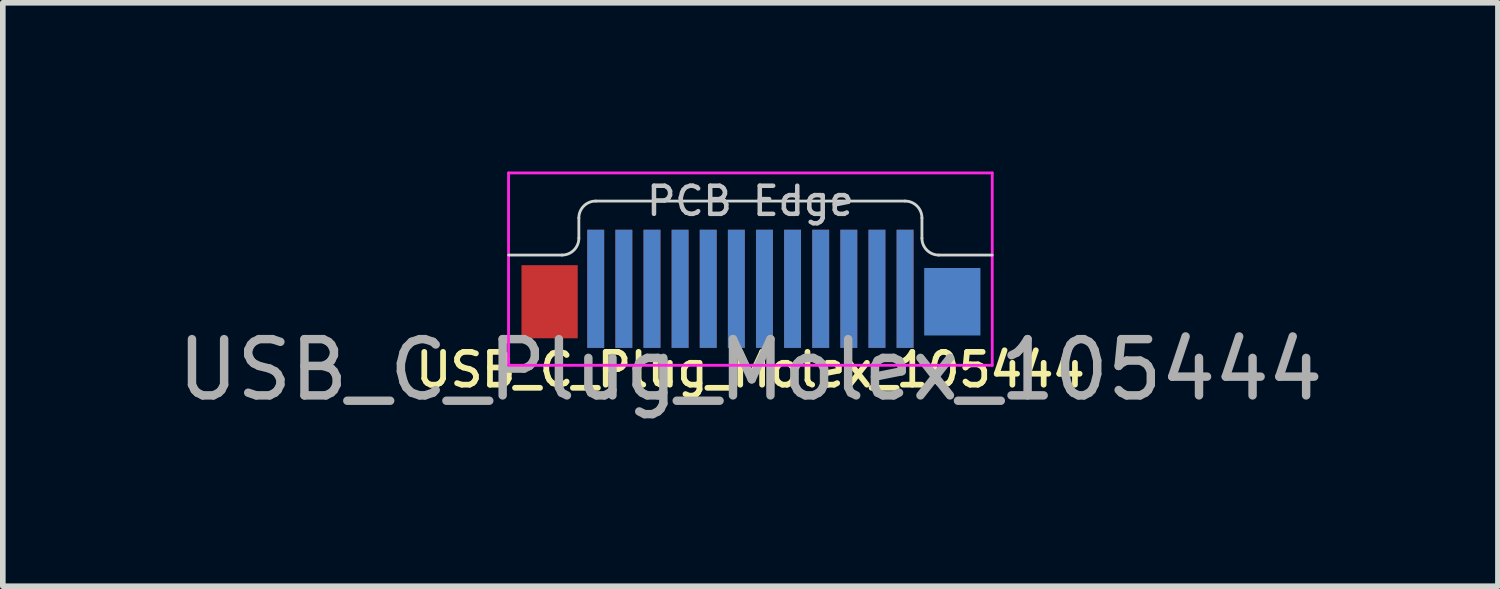
<source format=kicad_pcb>
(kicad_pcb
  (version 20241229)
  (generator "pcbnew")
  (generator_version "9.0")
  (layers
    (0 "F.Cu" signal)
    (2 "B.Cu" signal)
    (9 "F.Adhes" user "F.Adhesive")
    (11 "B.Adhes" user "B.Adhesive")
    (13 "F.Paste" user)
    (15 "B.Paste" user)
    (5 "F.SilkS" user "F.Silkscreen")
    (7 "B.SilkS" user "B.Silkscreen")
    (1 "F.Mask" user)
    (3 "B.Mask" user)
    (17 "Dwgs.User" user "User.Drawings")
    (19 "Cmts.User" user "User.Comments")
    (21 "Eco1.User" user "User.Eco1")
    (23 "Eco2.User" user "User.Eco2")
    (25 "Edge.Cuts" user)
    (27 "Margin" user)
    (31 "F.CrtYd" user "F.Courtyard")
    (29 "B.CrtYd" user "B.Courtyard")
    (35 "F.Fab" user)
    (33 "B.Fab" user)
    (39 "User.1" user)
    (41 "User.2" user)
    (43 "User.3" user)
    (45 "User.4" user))
  (footprint "USB_C_Plug_Molex_105444"
    (layer "F.Cu")
    (at 10.292 1.485)
    (property "Reference" "USB_C_Plug_Molex_105444" (at 0 2.04 180) (layer "F.SilkS") (effects (font (size 0.584 0.584) (thickness 0.102))))
    (attr smd)
    (fp_line (start -3.35 0) (end -4.3 0) (stroke (width 0.1) (type solid)) (layer "Eco1.User"))
    (fp_line (start -3.05 -0.66) (end -3.05 -0.3) (stroke (width 0.1) (type solid)) (layer "Eco1.User"))
    (fp_line (start -2.75 -0.96) (end 2.75 -0.96) (stroke (width 0.1) (type solid)) (layer "Eco1.User"))
    (fp_line (start 3.05 -0.66) (end 3.05 -0.3) (stroke (width 0.1) (type solid)) (layer "Eco1.User"))
    (fp_line (start 3.35 0) (end 4.3 0) (stroke (width 0.1) (type solid)) (layer "Eco1.User"))
    (fp_arc (start -3.05 -0.66) (mid -2.962132 -0.872132) (end -2.75 -0.96) (stroke (width 0.1) (type solid)) (layer "Eco1.User"))
    (fp_arc (start -3.05 -0.3) (mid -3.137868 -0.087868) (end -3.35 0) (stroke (width 0.1) (type solid)) (layer "Eco1.User"))
    (fp_arc (start 2.75 -0.96) (mid 2.962132 -0.872132) (end 3.05 -0.66) (stroke (width 0.1) (type solid)) (layer "Eco1.User"))
    (fp_arc (start 3.35 0) (mid 3.137868 -0.087868) (end 3.05 -0.3) (stroke (width 0.1) (type solid)) (layer "Eco1.User"))
    (fp_line (start -3.35 0) (end -4.3 0) (stroke (width 0.05) (type solid)) (layer "Edge.Cuts"))
    (fp_line (start -3.05 -0.66) (end -3.05 -0.3) (stroke (width 0.05) (type solid)) (layer "Edge.Cuts"))
    (fp_line (start -2.75 -0.96) (end 2.75 -0.96) (stroke (width 0.05) (type solid)) (layer "Edge.Cuts"))
    (fp_line (start 3.05 -0.66) (end 3.05 -0.3) (stroke (width 0.05) (type solid)) (layer "Edge.Cuts"))
    (fp_line (start 3.35 0) (end 4.3 0) (stroke (width 0.05) (type solid)) (layer "Edge.Cuts"))
    (fp_arc (start -3.05 -0.66) (mid -2.962132 -0.872132) (end -2.75 -0.96) (stroke (width 0.05) (type solid)) (layer "Edge.Cuts"))
    (fp_arc (start -3.05 -0.3) (mid -3.137868 -0.087868) (end -3.35 0) (stroke (width 0.05) (type solid)) (layer "Edge.Cuts"))
    (fp_arc (start 2.75 -0.96) (mid 2.962132 -0.872132) (end 3.05 -0.66) (stroke (width 0.05) (type solid)) (layer "Edge.Cuts"))
    (fp_arc (start 3.35 0) (mid 3.137868 -0.087868) (end 3.05 -0.3) (stroke (width 0.05) (type solid)) (layer "Edge.Cuts"))
    (fp_line (start -4.3 1.96) (end -4.3 -1.46) (stroke (width 0.05) (type solid)) (layer "F.CrtYd"))
    (fp_line (start 4.3 -1.46) (end -4.3 -1.46) (stroke (width 0.05) (type solid)) (layer "F.CrtYd"))
    (fp_line (start 4.3 1.96) (end -4.3 1.96) (stroke (width 0.05) (type solid)) (layer "F.CrtYd"))
    (fp_line (start 4.3 1.96) (end 4.3 -1.46) (stroke (width 0.05) (type solid)) (layer "F.CrtYd"))
    (fp_text user "PCB Edge" (at 0 -0.96 180) (layer "Dwgs.User") (effects (font (size 0.5 0.5) (thickness 0.08))))
    (fp_text user "${REFERENCE}" (at 0 2.04 180) (layer "F.Fab") (effects (font (size 1 1) (thickness 0.15))))
    (pad "A1" smd rect (at -2.75 0.6) (size 0.3 2.1) (layers "F.Cu" "F.Mask" "F.Paste"))
    (pad "A2" smd rect (at -2.25 0.6) (size 0.3 2.1) (layers "F.Cu" "F.Mask" "F.Paste"))
    (pad "A3" smd rect (at -1.75 0.6) (size 0.3 2.1) (layers "F.Cu" "F.Mask" "F.Paste"))
    (pad "A4" smd rect (at -1.25 0.6) (size 0.3 2.1) (layers "F.Cu" "F.Mask" "F.Paste"))
    (pad "A5" smd rect (at -0.75 0.6) (size 0.3 2.1) (layers "F.Cu" "F.Mask" "F.Paste"))
    (pad "A6" smd rect (at -0.25 0.6) (size 0.3 2.1) (layers "F.Cu" "F.Mask" "F.Paste"))
    (pad "A7" smd rect (at 0.25 0.6) (size 0.3 2.1) (layers "F.Cu" "F.Mask" "F.Paste"))
    (pad "A8" smd rect (at 0.75 0.6) (size 0.3 2.1) (layers "F.Cu" "F.Mask" "F.Paste"))
    (pad "A9" smd rect (at 1.25 0.6) (size 0.3 2.1) (layers "F.Cu" "F.Mask" "F.Paste"))
    (pad "A10" smd rect (at 1.75 0.6) (size 0.3 2.1) (layers "F.Cu" "F.Mask" "F.Paste"))
    (pad "A11" smd rect (at 2.25 0.6) (size 0.3 2.1) (layers "F.Cu" "F.Mask" "F.Paste"))
    (pad "A12" smd rect (at 2.75 0.6) (size 0.3 2.1) (layers "F.Cu" "F.Mask" "F.Paste"))
    (pad "B1" smd rect (at 2.75 0.6) (size 0.3 2.1) (layers "B.Cu" "B.Mask" "B.Paste"))
    (pad "B2" smd rect (at 2.25 0.6) (size 0.3 2.1) (layers "B.Cu" "B.Mask" "B.Paste"))
    (pad "B3" smd rect (at 1.75 0.6) (size 0.3 2.1) (layers "B.Cu" "B.Mask" "B.Paste"))
    (pad "B4" smd rect (at 1.25 0.6) (size 0.3 2.1) (layers "B.Cu" "B.Mask" "B.Paste"))
    (pad "B5" smd rect (at 0.75 0.6) (size 0.3 2.1) (layers "B.Cu" "B.Mask" "B.Paste"))
    (pad "B6" smd rect (at 0.25 0.6) (size 0.3 2.1) (layers "B.Cu" "B.Mask" "B.Paste"))
    (pad "B7" smd rect (at -0.25 0.6) (size 0.3 2.1) (layers "B.Cu" "B.Mask" "B.Paste"))
    (pad "B8" smd rect (at -0.75 0.6) (size 0.3 2.1) (layers "B.Cu" "B.Mask" "B.Paste"))
    (pad "B9" smd rect (at -1.25 0.6) (size 0.3 2.1) (layers "B.Cu" "B.Mask" "B.Paste"))
    (pad "B10" smd rect (at -1.75 0.6) (size 0.3 2.1) (layers "B.Cu" "B.Mask" "B.Paste"))
    (pad "B11" smd rect (at -2.25 0.6) (size 0.3 2.1) (layers "B.Cu" "B.Mask" "B.Paste"))
    (pad "B12" smd rect (at -2.75 0.6) (size 0.3 2.1) (layers "B.Cu" "B.Mask" "B.Paste"))
    (pad "S1" smd rect (at -3.57 0.83) (size 1 1.3) (layers "F.Cu" "F.Mask" "F.Paste"))
    (pad "S1" smd rect (at 3.59 0.83) (size 1 1.2) (layers "B.Cu" "B.Mask" "B.Paste")))
  (gr_rect
    (start -3 -3)
    (end 23.583 7.373)
    (stroke (width 0.1) (type default))
    (fill no)
    (layer "Edge.Cuts")))
</source>
